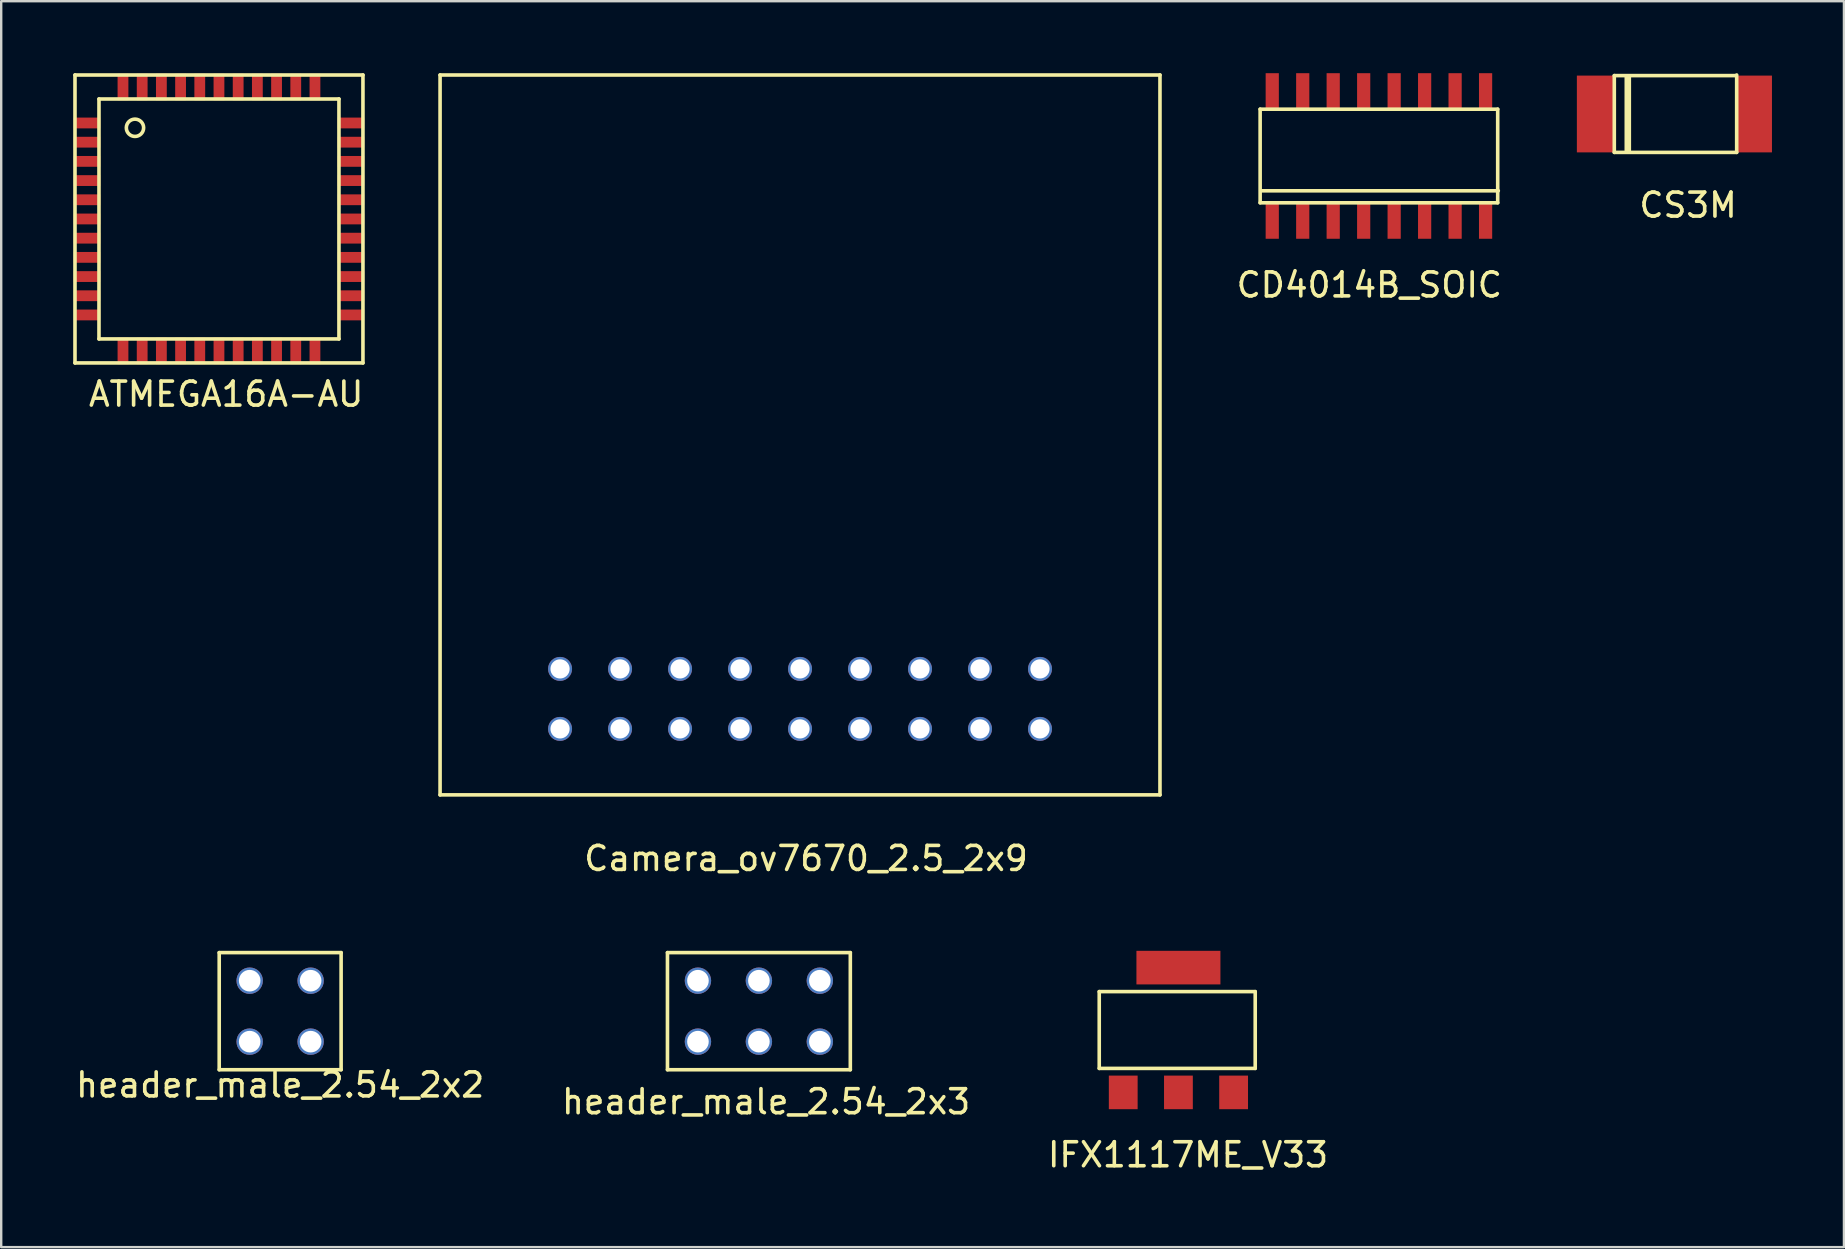
<source format=kicad_pcb>
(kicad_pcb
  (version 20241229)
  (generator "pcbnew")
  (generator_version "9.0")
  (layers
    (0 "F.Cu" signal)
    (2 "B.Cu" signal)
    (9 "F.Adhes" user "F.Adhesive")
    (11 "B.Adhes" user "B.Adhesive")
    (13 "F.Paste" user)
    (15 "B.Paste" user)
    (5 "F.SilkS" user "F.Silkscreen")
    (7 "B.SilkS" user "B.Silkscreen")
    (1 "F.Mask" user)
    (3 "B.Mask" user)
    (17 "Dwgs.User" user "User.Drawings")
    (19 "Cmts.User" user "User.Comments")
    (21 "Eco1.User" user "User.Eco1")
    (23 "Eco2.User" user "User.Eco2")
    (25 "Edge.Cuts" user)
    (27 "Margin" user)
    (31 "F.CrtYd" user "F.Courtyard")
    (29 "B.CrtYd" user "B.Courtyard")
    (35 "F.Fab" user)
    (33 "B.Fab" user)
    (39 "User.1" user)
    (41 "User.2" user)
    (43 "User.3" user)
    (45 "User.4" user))
  (footprint "CS3M"
    (layer "F.Cu")
    (at 63.422 1.7)
    (property "Reference" "CS3M" (at 3.875 3.8 0) (layer "F.SilkS") (effects (font (size 1 1) (thickness 0.15))))
    (attr through_hole)
    (fp_line (start 0.8 -1.6) (end 0.8 1.6) (stroke (width 0.15) (type solid)) (layer "F.SilkS"))
    (fp_line (start 0.8 1.6) (end 5.9 1.6) (stroke (width 0.15) (type solid)) (layer "F.SilkS"))
    (fp_line (start 1.3 -1.525) (end 1.3 1.525) (stroke (width 0.15) (type solid)) (layer "F.SilkS"))
    (fp_line (start 1.425 1.525) (end 1.425 -1.575) (stroke (width 0.15) (type solid)) (layer "F.SilkS"))
    (fp_line (start 5.85 -1.6) (end 0.8 -1.6) (stroke (width 0.15) (type solid)) (layer "F.SilkS"))
    (fp_line (start 5.9 1.6) (end 5.9 -1.625) (stroke (width 0.15) (type solid)) (layer "F.SilkS"))
    (pad "1" smd rect (at 6.61 0) (size 1.52 3.2) (layers "F.Cu" "F.Mask" "F.Paste"))
    (pad "2" smd rect (at 0 0) (size 1.52 3.2) (layers "F.Cu" "F.Mask" "F.Paste")))
  (footprint "IFX1117ME_V33"
    (layer "F.Cu")
    (at 46.058 42.473)
    (property "Reference" "IFX1117ME_V33" (at 0.4 2.6 0) (layer "F.SilkS") (effects (font (size 1 1) (thickness 0.15))))
    (attr through_hole)
    (fp_line (start -3.3 -4.2) (end 3.2 -4.2) (stroke (width 0.15) (type solid)) (layer "F.SilkS"))
    (fp_line (start -3.3 -1) (end -3.3 -4.2) (stroke (width 0.15) (type solid)) (layer "F.SilkS"))
    (fp_line (start -3.3 -1) (end 3.2 -1) (stroke (width 0.15) (type solid)) (layer "F.SilkS"))
    (fp_line (start 3.2 -1) (end 3.2 -4.2) (stroke (width 0.15) (type solid)) (layer "F.SilkS"))
    (pad "1" smd rect (at -2.3 0) (size 1.2 1.4) (layers "F.Cu" "F.Mask" "F.Paste"))
    (pad "2" smd rect (at 0 0) (size 1.2 1.4) (layers "F.Cu" "F.Mask" "F.Paste"))
    (pad "3" smd rect (at 2.3 0) (size 1.2 1.4) (layers "F.Cu" "F.Mask" "F.Paste"))
    (pad "4" smd rect (at 0 -5.2) (size 3.5 1.4) (layers "F.Cu" "F.Mask" "F.Paste")))
  (footprint "CD4014B_SOIC"
    (layer "F.Cu")
    (at 54.413 3.45)
    (property "Reference" "CD4014B_SOIC" (at -0.4 5.375 0) (layer "F.SilkS") (effects (font (size 1 1) (thickness 0.15))))
    (attr through_hole)
    (fp_line (start -4.95 -1.95) (end -4.95 1.95) (stroke (width 0.15) (type solid)) (layer "F.SilkS"))
    (fp_line (start -4.95 1.95) (end 4.95 1.95) (stroke (width 0.15) (type solid)) (layer "F.SilkS"))
    (fp_line (start -4.925 1.45) (end 4.975 1.45) (stroke (width 0.15) (type solid)) (layer "F.SilkS"))
    (fp_line (start 4.95 -1.95) (end -4.95 -1.95) (stroke (width 0.15) (type solid)) (layer "F.SilkS"))
    (fp_line (start 4.95 1.95) (end 4.95 -1.95) (stroke (width 0.15) (type solid)) (layer "F.SilkS"))
    (pad "1" smd rect (at -4.445 2.7) (size 0.55 1.5) (layers "F.Cu" "F.Mask" "F.Paste"))
    (pad "2" smd rect (at -3.175 2.7) (size 0.55 1.5) (layers "F.Cu" "F.Mask" "F.Paste"))
    (pad "3" smd rect (at -1.905 2.7) (size 0.55 1.5) (layers "F.Cu" "F.Mask" "F.Paste"))
    (pad "4" smd rect (at -0.635 2.7) (size 0.55 1.5) (layers "F.Cu" "F.Mask" "F.Paste"))
    (pad "5" smd rect (at 0.635 2.7) (size 0.55 1.5) (layers "F.Cu" "F.Mask" "F.Paste"))
    (pad "6" smd rect (at 1.905 2.7) (size 0.55 1.5) (layers "F.Cu" "F.Mask" "F.Paste"))
    (pad "7" smd rect (at 3.175 2.7) (size 0.55 1.5) (layers "F.Cu" "F.Mask" "F.Paste"))
    (pad "8" smd rect (at 4.445 2.7) (size 0.55 1.5) (layers "F.Cu" "F.Mask" "F.Paste"))
    (pad "9" smd rect (at 4.445 -2.7) (size 0.55 1.5) (layers "F.Cu" "F.Mask" "F.Paste"))
    (pad "10" smd rect (at 3.175 -2.7) (size 0.55 1.5) (layers "F.Cu" "F.Mask" "F.Paste"))
    (pad "11" smd rect (at 1.905 -2.7) (size 0.55 1.5) (layers "F.Cu" "F.Mask" "F.Paste"))
    (pad "12" smd rect (at 0.635 -2.7) (size 0.55 1.5) (layers "F.Cu" "F.Mask" "F.Paste"))
    (pad "13" smd rect (at -0.635 -2.7) (size 0.55 1.5) (layers "F.Cu" "F.Mask" "F.Paste"))
    (pad "14" smd rect (at -1.905 -2.7) (size 0.55 1.5) (layers "F.Cu" "F.Mask" "F.Paste"))
    (pad "15" smd rect (at -3.175 -2.7) (size 0.55 1.5) (layers "F.Cu" "F.Mask" "F.Paste"))
    (pad "16" smd rect (at -4.445 -2.7) (size 0.55 1.5) (layers "F.Cu" "F.Mask" "F.Paste")))
  (footprint "Camera_ov7670_2.5_2x9"
    (layer "F.Cu")
    (at 30.289 26.075)
    (property "Reference" "Camera_ov7670_2.5_2x9" (at 0.25 6.65 0) (layer "F.SilkS") (effects (font (size 1 1) (thickness 0.15))))
    (attr through_hole)
    (fp_line (start -15 -26) (end 15 -26) (stroke (width 0.15) (type solid)) (layer "F.SilkS"))
    (fp_line (start -15 4) (end -15 -26) (stroke (width 0.15) (type solid)) (layer "F.SilkS"))
    (fp_line (start -15 4) (end 15 4) (stroke (width 0.15) (type solid)) (layer "F.SilkS"))
    (fp_line (start 15 4) (end 15 -26) (stroke (width 0.15) (type solid)) (layer "F.SilkS"))
    (pad "1" thru_hole circle (at -10 1.25) (size 1 1) (drill 0.8) (layers "*.Cu" "*.Mask"))
    (pad "2" thru_hole circle (at -10 -1.25) (size 1 1) (drill 0.8) (layers "*.Cu" "*.Mask"))
    (pad "3" thru_hole circle (at -7.5 1.25) (size 1 1) (drill 0.8) (layers "*.Cu" "*.Mask"))
    (pad "4" thru_hole circle (at -7.5 -1.25) (size 1 1) (drill 0.8) (layers "*.Cu" "*.Mask"))
    (pad "5" thru_hole circle (at -5 1.25) (size 1 1) (drill 0.8) (layers "*.Cu" "*.Mask"))
    (pad "6" thru_hole circle (at -5 -1.25) (size 1 1) (drill 0.8) (layers "*.Cu" "*.Mask"))
    (pad "7" thru_hole circle (at -2.5 1.25) (size 1 1) (drill 0.8) (layers "*.Cu" "*.Mask"))
    (pad "8" thru_hole circle (at -2.5 -1.25) (size 1 1) (drill 0.8) (layers "*.Cu" "*.Mask"))
    (pad "9" thru_hole circle (at 0 1.25) (size 1 1) (drill 0.8) (layers "*.Cu" "*.Mask"))
    (pad "10" thru_hole circle (at 0 -1.25) (size 1 1) (drill 0.8) (layers "*.Cu" "*.Mask"))
    (pad "11" thru_hole circle (at 2.5 1.25) (size 1 1) (drill 0.8) (layers "*.Cu" "*.Mask"))
    (pad "12" thru_hole circle (at 2.5 -1.25) (size 1 1) (drill 0.8) (layers "*.Cu" "*.Mask"))
    (pad "13" thru_hole circle (at 5 1.25) (size 1 1) (drill 0.8) (layers "*.Cu" "*.Mask"))
    (pad "14" thru_hole circle (at 5 -1.25) (size 1 1) (drill 0.8) (layers "*.Cu" "*.Mask"))
    (pad "15" thru_hole circle (at 7.5 1.25) (size 1 1) (drill 0.8) (layers "*.Cu" "*.Mask"))
    (pad "16" thru_hole circle (at 7.5 -1.25) (size 1 1) (drill 0.8) (layers "*.Cu" "*.Mask"))
    (pad "17" thru_hole circle (at 10 1.25) (size 1 1) (drill 0.8) (layers "*.Cu" "*.Mask"))
    (pad "18" thru_hole circle (at 10 -1.25) (size 1 1) (drill 0.8) (layers "*.Cu" "*.Mask")))
  (footprint "header_male_2.54_2x2"
    (layer "F.Cu")
    (at 8.625 39.088)
    (property "Reference" "header_male_2.54_2x2" (at 0 3.075 0) (layer "F.SilkS") (effects (font (size 1 1) (thickness 0.15))))
    (attr through_hole)
    (fp_line (start -2.54 -2.44) (end -2.54 2.44) (stroke (width 0.15) (type solid)) (layer "F.SilkS"))
    (fp_line (start -2.54 -2.44) (end 2.54 -2.44) (stroke (width 0.15) (type solid)) (layer "F.SilkS"))
    (fp_line (start -2.54 2.44) (end 2.54 2.44) (stroke (width 0.15) (type solid)) (layer "F.SilkS"))
    (fp_line (start 2.54 -2.44) (end 2.54 2.44) (stroke (width 0.15) (type solid)) (layer "F.SilkS"))
    (pad "1" thru_hole circle (at -1.27 1.27) (size 1.1 1.1) (drill 0.9) (layers "*.Cu" "*.Mask"))
    (pad "2" thru_hole circle (at -1.27 -1.27) (size 1.1 1.1) (drill 0.9) (layers "*.Cu" "*.Mask"))
    (pad "3" thru_hole circle (at 1.27 1.27) (size 1.1 1.1) (drill 0.9) (layers "*.Cu" "*.Mask"))
    (pad "4" thru_hole circle (at 1.27 -1.27) (size 1.1 1.1) (drill 0.9) (layers "*.Cu" "*.Mask")))
  (footprint "ATMEGA16A-AU"
    (layer "F.Cu")
    (at 6.075 6.075)
    (property "Reference" "ATMEGA16A-AU" (at 0.3 7.3 0) (layer "F.SilkS") (effects (font (size 1 1) (thickness 0.15))))
    (attr through_hole)
    (fp_line (start -6 -6) (end 6 -6) (stroke (width 0.15) (type solid)) (layer "F.SilkS"))
    (fp_line (start -6 6) (end -6 -6) (stroke (width 0.15) (type solid)) (layer "F.SilkS"))
    (fp_line (start -5 -5) (end 5 -5) (stroke (width 0.15) (type solid)) (layer "F.SilkS"))
    (fp_line (start -5 5) (end -5 -5) (stroke (width 0.15) (type solid)) (layer "F.SilkS"))
    (fp_line (start 5 -5) (end 5 5) (stroke (width 0.15) (type solid)) (layer "F.SilkS"))
    (fp_line (start 5 5) (end -5 5) (stroke (width 0.15) (type solid)) (layer "F.SilkS"))
    (fp_line (start 6 -6) (end 6 6) (stroke (width 0.15) (type solid)) (layer "F.SilkS"))
    (fp_line (start 6 6) (end -6 6) (stroke (width 0.15) (type solid)) (layer "F.SilkS"))
    (fp_circle (center -3.5 -3.8) (end -3.2 -3.6) (stroke (width 0.15) (type solid)) (fill no) (layer "F.SilkS"))
    (pad "1" smd rect (at -5.5 -4) (size 1.1 0.45) (layers "F.Cu" "F.Mask" "F.Paste"))
    (pad "2" smd rect (at -5.5 -3.2) (size 1.1 0.45) (layers "F.Cu" "F.Mask" "F.Paste"))
    (pad "3" smd rect (at -5.5 -2.4) (size 1.1 0.45) (layers "F.Cu" "F.Mask" "F.Paste"))
    (pad "4" smd rect (at -5.5 -1.6) (size 1.1 0.45) (layers "F.Cu" "F.Mask" "F.Paste"))
    (pad "5" smd rect (at -5.5 -0.8) (size 1.1 0.45) (layers "F.Cu" "F.Mask" "F.Paste"))
    (pad "6" smd rect (at -5.5 0) (size 1.1 0.45) (layers "F.Cu" "F.Mask" "F.Paste"))
    (pad "7" smd rect (at -5.5 0.8) (size 1.1 0.45) (layers "F.Cu" "F.Mask" "F.Paste"))
    (pad "8" smd rect (at -5.5 1.6) (size 1.1 0.45) (layers "F.Cu" "F.Mask" "F.Paste"))
    (pad "9" smd rect (at -5.5 2.4) (size 1.1 0.45) (layers "F.Cu" "F.Mask" "F.Paste"))
    (pad "10" smd rect (at -5.5 3.2) (size 1.1 0.45) (layers "F.Cu" "F.Mask" "F.Paste"))
    (pad "11" smd rect (at -5.5 4) (size 1.1 0.45) (layers "F.Cu" "F.Mask" "F.Paste"))
    (pad "12" smd rect (at -4 5.5) (size 0.45 1.1) (layers "F.Cu" "F.Mask" "F.Paste"))
    (pad "13" smd rect (at -3.2 5.5) (size 0.45 1.1) (layers "F.Cu" "F.Mask" "F.Paste"))
    (pad "14" smd rect (at -2.4 5.5) (size 0.45 1.1) (layers "F.Cu" "F.Mask" "F.Paste"))
    (pad "15" smd rect (at -1.6 5.5) (size 0.45 1.1) (layers "F.Cu" "F.Mask" "F.Paste"))
    (pad "16" smd rect (at -0.8 5.5) (size 0.45 1.1) (layers "F.Cu" "F.Mask" "F.Paste"))
    (pad "17" smd rect (at 0 5.5) (size 0.45 1.1) (layers "F.Cu" "F.Mask" "F.Paste"))
    (pad "18" smd rect (at 0.8 5.5) (size 0.45 1.1) (layers "F.Cu" "F.Mask" "F.Paste"))
    (pad "19" smd rect (at 1.6 5.5) (size 0.45 1.1) (layers "F.Cu" "F.Mask" "F.Paste"))
    (pad "20" smd rect (at 2.4 5.5) (size 0.45 1.1) (layers "F.Cu" "F.Mask" "F.Paste"))
    (pad "21" smd rect (at 3.2 5.5) (size 0.45 1.1) (layers "F.Cu" "F.Mask" "F.Paste"))
    (pad "22" smd rect (at 4 5.5) (size 0.45 1.1) (layers "F.Cu" "F.Mask" "F.Paste"))
    (pad "23" smd rect (at 5.5 4) (size 1.1 0.45) (layers "F.Cu" "F.Mask" "F.Paste"))
    (pad "24" smd rect (at 5.5 3.2) (size 1.1 0.45) (layers "F.Cu" "F.Mask" "F.Paste"))
    (pad "25" smd rect (at 5.5 2.4) (size 1.1 0.45) (layers "F.Cu" "F.Mask" "F.Paste"))
    (pad "26" smd rect (at 5.5 1.6) (size 1.1 0.45) (layers "F.Cu" "F.Mask" "F.Paste"))
    (pad "27" smd rect (at 5.5 0.8) (size 1.1 0.45) (layers "F.Cu" "F.Mask" "F.Paste"))
    (pad "28" smd rect (at 5.5 0) (size 1.1 0.45) (layers "F.Cu" "F.Mask" "F.Paste"))
    (pad "29" smd rect (at 5.5 -0.8) (size 1.1 0.45) (layers "F.Cu" "F.Mask" "F.Paste"))
    (pad "30" smd rect (at 5.5 -1.6) (size 1.1 0.45) (layers "F.Cu" "F.Mask" "F.Paste"))
    (pad "31" smd rect (at 5.5 -2.4) (size 1.1 0.45) (layers "F.Cu" "F.Mask" "F.Paste"))
    (pad "32" smd rect (at 5.5 -3.2) (size 1.1 0.45) (layers "F.Cu" "F.Mask" "F.Paste"))
    (pad "33" smd rect (at 5.5 -4) (size 1.1 0.45) (layers "F.Cu" "F.Mask" "F.Paste"))
    (pad "34" smd rect (at 4 -5.5) (size 0.45 1.1) (layers "F.Cu" "F.Mask" "F.Paste"))
    (pad "35" smd rect (at 3.2 -5.5) (size 0.45 1.1) (layers "F.Cu" "F.Mask" "F.Paste"))
    (pad "36" smd rect (at 2.4 -5.5) (size 0.45 1.1) (layers "F.Cu" "F.Mask" "F.Paste"))
    (pad "37" smd rect (at 1.6 -5.5) (size 0.45 1.1) (layers "F.Cu" "F.Mask" "F.Paste"))
    (pad "38" smd rect (at 0.8 -5.5) (size 0.45 1.1) (layers "F.Cu" "F.Mask" "F.Paste"))
    (pad "39" smd rect (at 0 -5.5) (size 0.45 1.1) (layers "F.Cu" "F.Mask" "F.Paste"))
    (pad "40" smd rect (at -0.8 -5.5) (size 0.45 1.1) (layers "F.Cu" "F.Mask" "F.Paste"))
    (pad "41" smd rect (at -1.6 -5.5) (size 0.45 1.1) (layers "F.Cu" "F.Mask" "F.Paste"))
    (pad "42" smd rect (at -2.4 -5.5) (size 0.45 1.1) (layers "F.Cu" "F.Mask" "F.Paste"))
    (pad "43" smd rect (at -3.2 -5.5) (size 0.45 1.1) (layers "F.Cu" "F.Mask" "F.Paste"))
    (pad "44" smd rect (at -4 -5.5) (size 0.45 1.1) (layers "F.Cu" "F.Mask" "F.Paste")))
  (footprint "header_male_2.54_2x3"
    (layer "F.Cu")
    (at 28.575 39.088)
    (property "Reference" "header_male_2.54_2x3" (at 0.3 3.775 0) (layer "F.SilkS") (effects (font (size 1 1) (thickness 0.15))))
    (attr through_hole)
    (fp_line (start -3.81 -2.44) (end -3.81 2.44) (stroke (width 0.15) (type solid)) (layer "F.SilkS"))
    (fp_line (start -3.81 -2.44) (end 3.81 -2.44) (stroke (width 0.15) (type solid)) (layer "F.SilkS"))
    (fp_line (start -3.81 2.44) (end 3.81 2.44) (stroke (width 0.15) (type solid)) (layer "F.SilkS"))
    (fp_line (start 3.81 -2.44) (end 3.81 2.44) (stroke (width 0.15) (type solid)) (layer "F.SilkS"))
    (pad "1" thru_hole circle (at -2.54 1.27) (size 1.1 1.1) (drill 0.9) (layers "*.Cu" "*.Mask"))
    (pad "2" thru_hole circle (at -2.54 -1.27) (size 1.1 1.1) (drill 0.9) (layers "*.Cu" "*.Mask"))
    (pad "3" thru_hole circle (at 0 1.27) (size 1.1 1.1) (drill 0.9) (layers "*.Cu" "*.Mask"))
    (pad "4" thru_hole circle (at 0 -1.27) (size 1.1 1.1) (drill 0.9) (layers "*.Cu" "*.Mask"))
    (pad "5" thru_hole circle (at 2.54 1.27) (size 1.1 1.1) (drill 0.9) (layers "*.Cu" "*.Mask"))
    (pad "6" thru_hole circle (at 2.54 -1.27) (size 1.1 1.1) (drill 0.9) (layers "*.Cu" "*.Mask")))
  (gr_rect
    (start -3 -3)
    (end 73.792 48.922)
    (stroke (width 0.1) (type default))
    (fill no)
    (layer "Edge.Cuts")))
</source>
